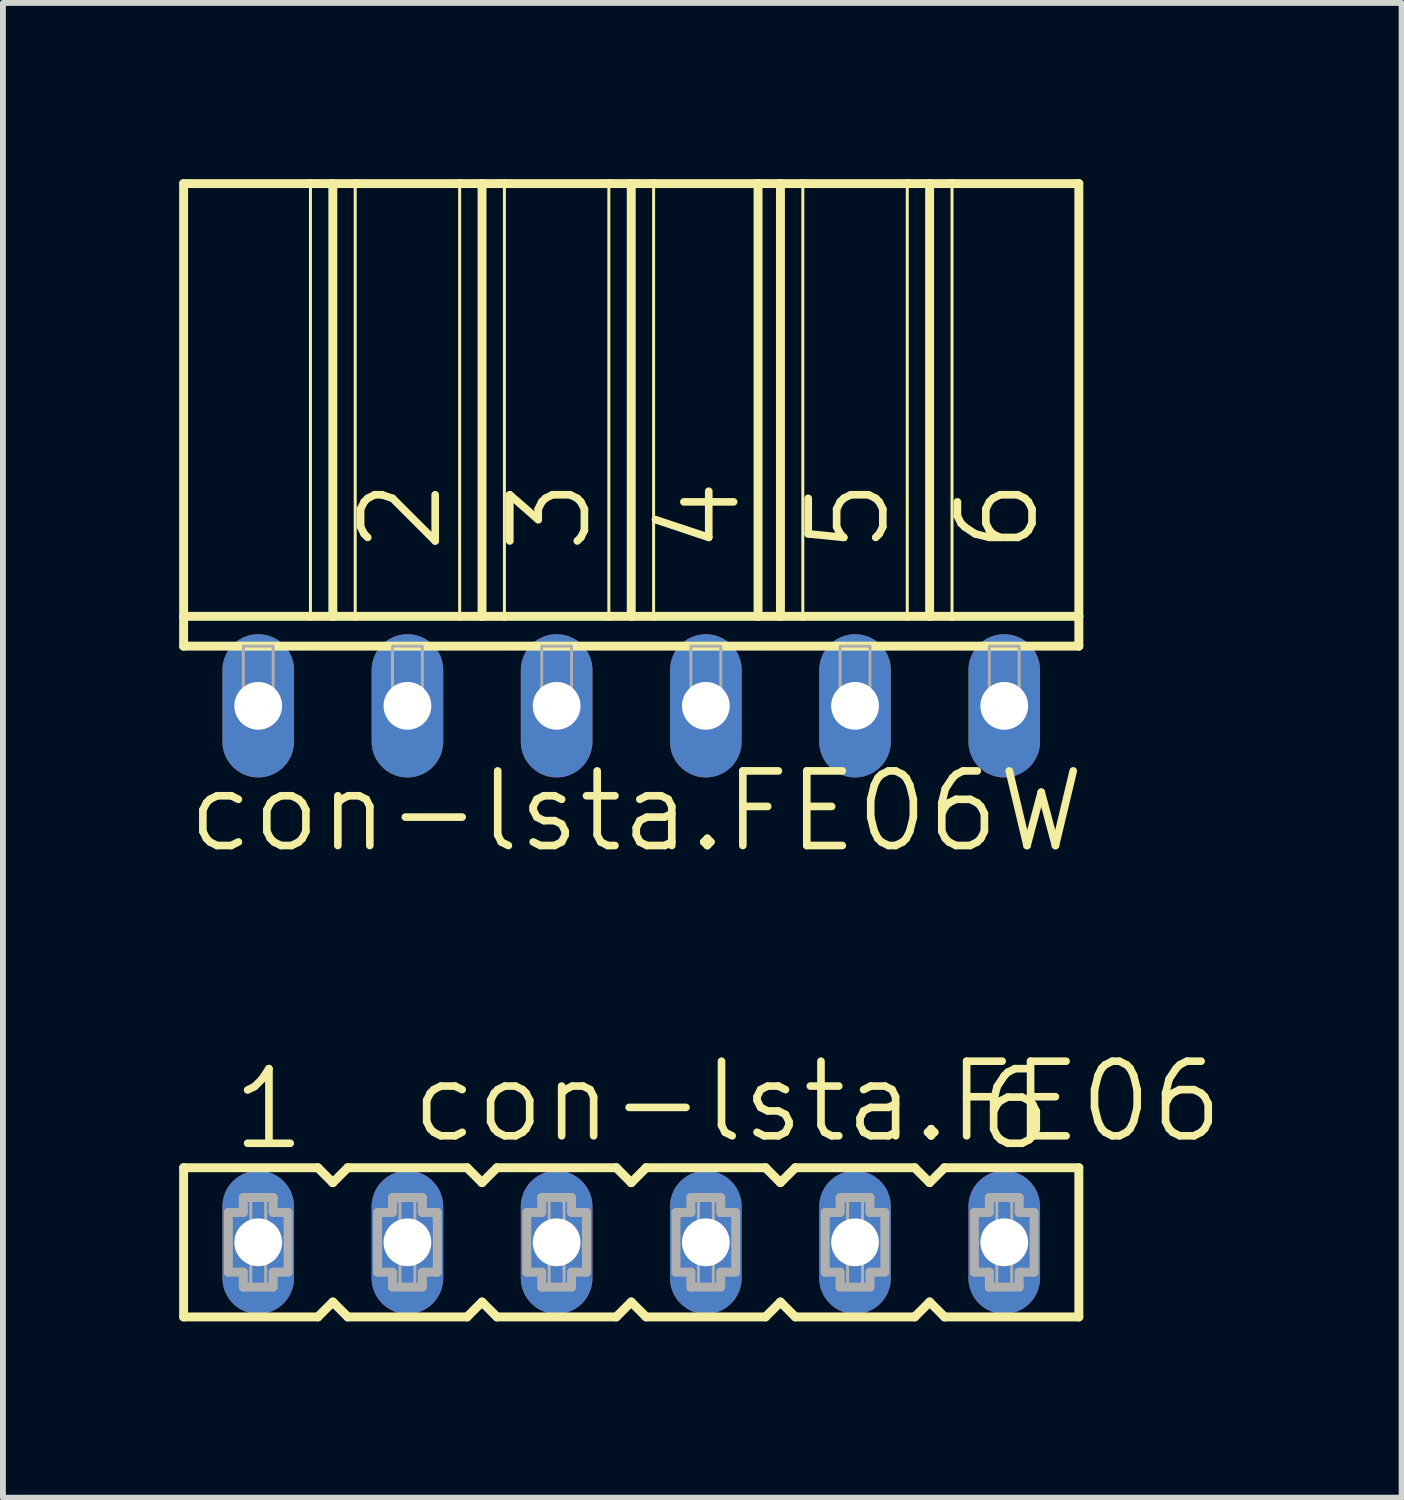
<source format=kicad_pcb>
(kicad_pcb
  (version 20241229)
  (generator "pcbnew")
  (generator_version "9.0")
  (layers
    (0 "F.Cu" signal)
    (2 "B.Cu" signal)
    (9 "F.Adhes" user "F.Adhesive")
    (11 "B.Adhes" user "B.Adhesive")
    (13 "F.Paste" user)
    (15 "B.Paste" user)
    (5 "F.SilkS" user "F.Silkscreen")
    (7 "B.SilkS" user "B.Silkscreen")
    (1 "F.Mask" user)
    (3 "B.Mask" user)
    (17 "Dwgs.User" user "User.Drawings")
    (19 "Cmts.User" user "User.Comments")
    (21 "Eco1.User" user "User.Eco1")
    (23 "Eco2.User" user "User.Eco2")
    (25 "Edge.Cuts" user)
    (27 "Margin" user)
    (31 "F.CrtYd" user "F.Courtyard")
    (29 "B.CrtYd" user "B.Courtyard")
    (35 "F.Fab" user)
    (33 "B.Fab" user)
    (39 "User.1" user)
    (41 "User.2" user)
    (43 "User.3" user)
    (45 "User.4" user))
  (footprint "con-lsta.FE06W"
    (layer "F.Cu")
    (at 7.696 8.966)
    (property "Reference" "con-lsta.FE06W" (at -7.62 2.54 0) (layer "F.SilkS") (effects (font (size 1.27 1.27) (thickness 0.13)) (justify left bottom)))
    (attr through_hole)
    (fp_line (start -7.62 -8.89) (end -5.461 -8.89) (stroke (width 0.152) (type default)) (layer "F.SilkS"))
    (fp_line (start -7.62 -1.524) (end -7.62 -8.89) (stroke (width 0.152) (type default)) (layer "F.SilkS"))
    (fp_line (start -7.62 -1.524) (end -5.461 -1.524) (stroke (width 0.152) (type default)) (layer "F.SilkS"))
    (fp_line (start -7.62 -1.016) (end -7.62 -1.524) (stroke (width 0.152) (type default)) (layer "F.SilkS"))
    (fp_line (start -7.62 -1.016) (end 7.62 -1.016) (stroke (width 0.152) (type default)) (layer "F.SilkS"))
    (fp_line (start -5.461 -8.89) (end -5.461 -1.524) (stroke (width 0.051) (type default)) (layer "F.SilkS"))
    (fp_line (start -5.461 -8.89) (end -5.08 -8.89) (stroke (width 0.152) (type default)) (layer "F.SilkS"))
    (fp_line (start -5.461 -1.524) (end -5.08 -1.524) (stroke (width 0.152) (type default)) (layer "F.SilkS"))
    (fp_line (start -5.08 -8.89) (end -5.08 -1.524) (stroke (width 0.152) (type default)) (layer "F.SilkS"))
    (fp_line (start -5.08 -8.89) (end -4.699 -8.89) (stroke (width 0.152) (type default)) (layer "F.SilkS"))
    (fp_line (start -5.08 -1.524) (end -4.699 -1.524) (stroke (width 0.152) (type default)) (layer "F.SilkS"))
    (fp_line (start -4.699 -8.89) (end -4.699 -1.524) (stroke (width 0.051) (type default)) (layer "F.SilkS"))
    (fp_line (start -4.699 -8.89) (end -2.921 -8.89) (stroke (width 0.152) (type default)) (layer "F.SilkS"))
    (fp_line (start -4.699 -1.524) (end -2.921 -1.524) (stroke (width 0.152) (type default)) (layer "F.SilkS"))
    (fp_line (start -2.921 -8.89) (end -2.921 -1.524) (stroke (width 0.051) (type default)) (layer "F.SilkS"))
    (fp_line (start -2.921 -8.89) (end -2.54 -8.89) (stroke (width 0.152) (type default)) (layer "F.SilkS"))
    (fp_line (start -2.921 -1.524) (end -2.54 -1.524) (stroke (width 0.152) (type default)) (layer "F.SilkS"))
    (fp_line (start -2.54 -8.89) (end -2.54 -1.524) (stroke (width 0.152) (type default)) (layer "F.SilkS"))
    (fp_line (start -2.54 -8.89) (end -2.159 -8.89) (stroke (width 0.152) (type default)) (layer "F.SilkS"))
    (fp_line (start -2.54 -1.524) (end -2.159 -1.524) (stroke (width 0.152) (type default)) (layer "F.SilkS"))
    (fp_line (start -2.159 -8.89) (end -2.159 -1.524) (stroke (width 0.051) (type default)) (layer "F.SilkS"))
    (fp_line (start -2.159 -8.89) (end -0.381 -8.89) (stroke (width 0.152) (type default)) (layer "F.SilkS"))
    (fp_line (start -2.159 -1.524) (end -0.381 -1.524) (stroke (width 0.152) (type default)) (layer "F.SilkS"))
    (fp_line (start -0.381 -8.89) (end -0.381 -1.524) (stroke (width 0.051) (type default)) (layer "F.SilkS"))
    (fp_line (start -0.381 -8.89) (end 0 -8.89) (stroke (width 0.152) (type default)) (layer "F.SilkS"))
    (fp_line (start -0.381 -1.524) (end 0 -1.524) (stroke (width 0.152) (type default)) (layer "F.SilkS"))
    (fp_line (start 0 -8.89) (end 0 -1.524) (stroke (width 0.152) (type default)) (layer "F.SilkS"))
    (fp_line (start 0 -8.89) (end 0.381 -8.89) (stroke (width 0.152) (type default)) (layer "F.SilkS"))
    (fp_line (start 0 -1.524) (end 0.381 -1.524) (stroke (width 0.152) (type default)) (layer "F.SilkS"))
    (fp_line (start 0.381 -8.89) (end 0.381 -1.524) (stroke (width 0.051) (type default)) (layer "F.SilkS"))
    (fp_line (start 0.381 -8.89) (end 2.159 -8.89) (stroke (width 0.152) (type default)) (layer "F.SilkS"))
    (fp_line (start 0.381 -1.524) (end 2.159 -1.524) (stroke (width 0.152) (type default)) (layer "F.SilkS"))
    (fp_line (start 2.159 -8.89) (end 2.159 -1.524) (stroke (width 0.152) (type default)) (layer "F.SilkS"))
    (fp_line (start 2.159 -8.89) (end 2.54 -8.89) (stroke (width 0.152) (type default)) (layer "F.SilkS"))
    (fp_line (start 2.159 -1.524) (end 2.54 -1.524) (stroke (width 0.152) (type default)) (layer "F.SilkS"))
    (fp_line (start 2.54 -8.89) (end 2.54 -1.524) (stroke (width 0.152) (type default)) (layer "F.SilkS"))
    (fp_line (start 2.54 -8.89) (end 2.921 -8.89) (stroke (width 0.152) (type default)) (layer "F.SilkS"))
    (fp_line (start 2.54 -1.524) (end 2.921 -1.524) (stroke (width 0.152) (type default)) (layer "F.SilkS"))
    (fp_line (start 2.921 -8.89) (end 2.921 -1.524) (stroke (width 0.051) (type default)) (layer "F.SilkS"))
    (fp_line (start 2.921 -8.89) (end 4.699 -8.89) (stroke (width 0.152) (type default)) (layer "F.SilkS"))
    (fp_line (start 2.921 -1.524) (end 4.699 -1.524) (stroke (width 0.152) (type default)) (layer "F.SilkS"))
    (fp_line (start 4.699 -8.89) (end 4.699 -1.524) (stroke (width 0.051) (type default)) (layer "F.SilkS"))
    (fp_line (start 4.699 -8.89) (end 5.08 -8.89) (stroke (width 0.152) (type default)) (layer "F.SilkS"))
    (fp_line (start 4.699 -1.524) (end 5.08 -1.524) (stroke (width 0.152) (type default)) (layer "F.SilkS"))
    (fp_line (start 5.08 -8.89) (end 5.08 -1.524) (stroke (width 0.152) (type default)) (layer "F.SilkS"))
    (fp_line (start 5.08 -8.89) (end 5.461 -8.89) (stroke (width 0.152) (type default)) (layer "F.SilkS"))
    (fp_line (start 5.08 -1.524) (end 5.461 -1.524) (stroke (width 0.152) (type default)) (layer "F.SilkS"))
    (fp_line (start 5.461 -8.89) (end 5.461 -1.524) (stroke (width 0.051) (type default)) (layer "F.SilkS"))
    (fp_line (start 5.461 -8.89) (end 7.62 -8.89) (stroke (width 0.152) (type default)) (layer "F.SilkS"))
    (fp_line (start 5.461 -1.524) (end 7.62 -1.524) (stroke (width 0.152) (type default)) (layer "F.SilkS"))
    (fp_line (start 7.62 -8.89) (end 7.62 -1.524) (stroke (width 0.152) (type default)) (layer "F.SilkS"))
    (fp_line (start 7.62 -1.524) (end 7.62 -1.016) (stroke (width 0.152) (type default)) (layer "F.SilkS"))
    (fp_rect (start -6.604 0) (end -6.096 -1.016) (stroke (width 0.05) (type default)) (fill no) (layer "F.Fab"))
    (fp_rect (start -4.064 0) (end -3.556 -1.016) (stroke (width 0.05) (type default)) (fill no) (layer "F.Fab"))
    (fp_rect (start -1.524 0) (end -1.016 -1.016) (stroke (width 0.05) (type default)) (fill no) (layer "F.Fab"))
    (fp_rect (start 1.016 0) (end 1.524 -1.016) (stroke (width 0.05) (type default)) (fill no) (layer "F.Fab"))
    (fp_rect (start 3.556 0) (end 4.064 -1.016) (stroke (width 0.05) (type default)) (fill no) (layer "F.Fab"))
    (fp_rect (start 6.096 0) (end 6.604 -1.016) (stroke (width 0.05) (type default)) (fill no) (layer "F.Fab"))
    (fp_text user "5" (at 4.445 -2.54 90) (layer "F.SilkS") (effects (font (size 1.27 1.27) (thickness 0.13)) (justify left bottom)))
    (fp_text user "2" (at -3.175 -2.54 90) (layer "F.SilkS") (effects (font (size 1.27 1.27) (thickness 0.13)) (justify left bottom)))
    (fp_text user "3" (at -0.635 -2.54 90) (layer "F.SilkS") (effects (font (size 1.27 1.27) (thickness 0.13)) (justify left bottom)))
    (fp_text user "6" (at 6.985 -2.54 90) (layer "F.SilkS") (effects (font (size 1.27 1.27) (thickness 0.13)) (justify left bottom)))
    (fp_text user "4" (at 1.905 -2.54 90) (layer "F.SilkS") (effects (font (size 1.27 1.27) (thickness 0.13)) (justify left bottom)))
    (pad "1" thru_hole oval (at -6.35 0 90) (size 2.438 1.219) (drill 0.813) (layers "*.Cu" "*.Mask"))
    (pad "2" thru_hole oval (at -3.81 0 90) (size 2.438 1.219) (drill 0.813) (layers "*.Cu" "*.Mask"))
    (pad "3" thru_hole oval (at -1.27 0 90) (size 2.438 1.219) (drill 0.813) (layers "*.Cu" "*.Mask"))
    (pad "4" thru_hole oval (at 1.27 0 90) (size 2.438 1.219) (drill 0.813) (layers "*.Cu" "*.Mask"))
    (pad "5" thru_hole oval (at 3.81 0 90) (size 2.438 1.219) (drill 0.813) (layers "*.Cu" "*.Mask"))
    (pad "6" thru_hole oval (at 6.35 0 90) (size 2.438 1.219) (drill 0.813) (layers "*.Cu" "*.Mask")))
  (footprint "con-lsta.FE06"
    (layer "F.Cu")
    (at 7.696 18.099)
    (property "Reference" "con-lsta.FE06" (at -3.81 -1.651 0) (layer "F.SilkS") (effects (font (size 1.27 1.27) (thickness 0.13)) (justify left bottom)))
    (attr through_hole)
    (fp_line (start -7.62 -1.27) (end -7.62 1.27) (stroke (width 0.152) (type default)) (layer "F.SilkS"))
    (fp_line (start -7.62 1.27) (end -5.334 1.27) (stroke (width 0.152) (type default)) (layer "F.SilkS"))
    (fp_line (start -5.334 -1.27) (end -7.62 -1.27) (stroke (width 0.152) (type default)) (layer "F.SilkS"))
    (fp_line (start -5.334 1.27) (end -5.08 1.016) (stroke (width 0.152) (type default)) (layer "F.SilkS"))
    (fp_line (start -5.08 -1.016) (end -5.334 -1.27) (stroke (width 0.152) (type default)) (layer "F.SilkS"))
    (fp_line (start -5.08 1.016) (end -4.826 1.27) (stroke (width 0.152) (type default)) (layer "F.SilkS"))
    (fp_line (start -4.826 -1.27) (end -5.08 -1.016) (stroke (width 0.152) (type default)) (layer "F.SilkS"))
    (fp_line (start -4.826 1.27) (end -2.794 1.27) (stroke (width 0.152) (type default)) (layer "F.SilkS"))
    (fp_line (start -2.794 -1.27) (end -4.826 -1.27) (stroke (width 0.152) (type default)) (layer "F.SilkS"))
    (fp_line (start -2.794 1.27) (end -2.54 1.016) (stroke (width 0.152) (type default)) (layer "F.SilkS"))
    (fp_line (start -2.54 -1.016) (end -2.794 -1.27) (stroke (width 0.152) (type default)) (layer "F.SilkS"))
    (fp_line (start -2.54 1.016) (end -2.286 1.27) (stroke (width 0.152) (type default)) (layer "F.SilkS"))
    (fp_line (start -2.286 -1.27) (end -2.54 -1.016) (stroke (width 0.152) (type default)) (layer "F.SilkS"))
    (fp_line (start -2.286 1.27) (end -0.254 1.27) (stroke (width 0.152) (type default)) (layer "F.SilkS"))
    (fp_line (start -0.254 -1.27) (end -2.286 -1.27) (stroke (width 0.152) (type default)) (layer "F.SilkS"))
    (fp_line (start -0.254 1.27) (end 0 1.016) (stroke (width 0.152) (type default)) (layer "F.SilkS"))
    (fp_line (start 0 -1.016) (end -0.254 -1.27) (stroke (width 0.152) (type default)) (layer "F.SilkS"))
    (fp_line (start 0 1.016) (end 0.254 1.27) (stroke (width 0.152) (type default)) (layer "F.SilkS"))
    (fp_line (start 0.254 -1.27) (end 0 -1.016) (stroke (width 0.152) (type default)) (layer "F.SilkS"))
    (fp_line (start 0.254 1.27) (end 2.286 1.27) (stroke (width 0.152) (type default)) (layer "F.SilkS"))
    (fp_line (start 2.286 -1.27) (end 0.254 -1.27) (stroke (width 0.152) (type default)) (layer "F.SilkS"))
    (fp_line (start 2.286 1.27) (end 2.54 1.016) (stroke (width 0.152) (type default)) (layer "F.SilkS"))
    (fp_line (start 2.54 -1.016) (end 2.286 -1.27) (stroke (width 0.152) (type default)) (layer "F.SilkS"))
    (fp_line (start 2.54 1.016) (end 2.794 1.27) (stroke (width 0.152) (type default)) (layer "F.SilkS"))
    (fp_line (start 2.794 -1.27) (end 2.54 -1.016) (stroke (width 0.152) (type default)) (layer "F.SilkS"))
    (fp_line (start 2.794 1.27) (end 4.826 1.27) (stroke (width 0.152) (type default)) (layer "F.SilkS"))
    (fp_line (start 4.826 -1.27) (end 2.794 -1.27) (stroke (width 0.152) (type default)) (layer "F.SilkS"))
    (fp_line (start 4.826 1.27) (end 5.08 1.016) (stroke (width 0.152) (type default)) (layer "F.SilkS"))
    (fp_line (start 5.08 -1.016) (end 4.826 -1.27) (stroke (width 0.152) (type default)) (layer "F.SilkS"))
    (fp_line (start 5.08 1.016) (end 5.334 1.27) (stroke (width 0.152) (type default)) (layer "F.SilkS"))
    (fp_line (start 5.334 -1.27) (end 5.08 -1.016) (stroke (width 0.152) (type default)) (layer "F.SilkS"))
    (fp_line (start 5.334 1.27) (end 7.62 1.27) (stroke (width 0.152) (type default)) (layer "F.SilkS"))
    (fp_line (start 7.62 -1.27) (end 5.334 -1.27) (stroke (width 0.152) (type default)) (layer "F.SilkS"))
    (fp_line (start 7.62 1.27) (end 7.62 -1.27) (stroke (width 0.152) (type default)) (layer "F.SilkS"))
    (fp_line (start -6.858 -0.508) (end -6.858 0.508) (stroke (width 0.152) (type default)) (layer "F.Fab"))
    (fp_line (start -6.858 0.508) (end -6.604 0.508) (stroke (width 0.152) (type default)) (layer "F.Fab"))
    (fp_line (start -6.604 -0.762) (end -6.604 -0.508) (stroke (width 0.152) (type default)) (layer "F.Fab"))
    (fp_line (start -6.604 -0.508) (end -6.858 -0.508) (stroke (width 0.152) (type default)) (layer "F.Fab"))
    (fp_line (start -6.604 0.508) (end -6.604 0.762) (stroke (width 0.152) (type default)) (layer "F.Fab"))
    (fp_line (start -6.604 0.762) (end -6.096 0.762) (stroke (width 0.152) (type default)) (layer "F.Fab"))
    (fp_line (start -6.096 -0.762) (end -6.604 -0.762) (stroke (width 0.152) (type default)) (layer "F.Fab"))
    (fp_line (start -6.096 -0.508) (end -6.096 -0.762) (stroke (width 0.152) (type default)) (layer "F.Fab"))
    (fp_line (start -6.096 0.508) (end -5.842 0.508) (stroke (width 0.152) (type default)) (layer "F.Fab"))
    (fp_line (start -6.096 0.762) (end -6.096 0.508) (stroke (width 0.152) (type default)) (layer "F.Fab"))
    (fp_line (start -5.842 -0.508) (end -6.096 -0.508) (stroke (width 0.152) (type default)) (layer "F.Fab"))
    (fp_line (start -5.842 0.508) (end -5.842 -0.508) (stroke (width 0.152) (type default)) (layer "F.Fab"))
    (fp_line (start -4.318 -0.508) (end -4.318 0.508) (stroke (width 0.152) (type default)) (layer "F.Fab"))
    (fp_line (start -4.318 0.508) (end -4.064 0.508) (stroke (width 0.152) (type default)) (layer "F.Fab"))
    (fp_line (start -4.064 -0.762) (end -4.064 -0.508) (stroke (width 0.152) (type default)) (layer "F.Fab"))
    (fp_line (start -4.064 -0.508) (end -4.318 -0.508) (stroke (width 0.152) (type default)) (layer "F.Fab"))
    (fp_line (start -4.064 0.508) (end -4.064 0.762) (stroke (width 0.152) (type default)) (layer "F.Fab"))
    (fp_line (start -4.064 0.762) (end -3.556 0.762) (stroke (width 0.152) (type default)) (layer "F.Fab"))
    (fp_line (start -3.556 -0.762) (end -4.064 -0.762) (stroke (width 0.152) (type default)) (layer "F.Fab"))
    (fp_line (start -3.556 -0.508) (end -3.556 -0.762) (stroke (width 0.152) (type default)) (layer "F.Fab"))
    (fp_line (start -3.556 0.508) (end -3.302 0.508) (stroke (width 0.152) (type default)) (layer "F.Fab"))
    (fp_line (start -3.556 0.762) (end -3.556 0.508) (stroke (width 0.152) (type default)) (layer "F.Fab"))
    (fp_line (start -3.302 -0.508) (end -3.556 -0.508) (stroke (width 0.152) (type default)) (layer "F.Fab"))
    (fp_line (start -3.302 0.508) (end -3.302 -0.508) (stroke (width 0.152) (type default)) (layer "F.Fab"))
    (fp_line (start -1.778 -0.508) (end -1.778 0.508) (stroke (width 0.152) (type default)) (layer "F.Fab"))
    (fp_line (start -1.778 0.508) (end -1.524 0.508) (stroke (width 0.152) (type default)) (layer "F.Fab"))
    (fp_line (start -1.524 -0.762) (end -1.524 -0.508) (stroke (width 0.152) (type default)) (layer "F.Fab"))
    (fp_line (start -1.524 -0.508) (end -1.778 -0.508) (stroke (width 0.152) (type default)) (layer "F.Fab"))
    (fp_line (start -1.524 0.508) (end -1.524 0.762) (stroke (width 0.152) (type default)) (layer "F.Fab"))
    (fp_line (start -1.524 0.762) (end -1.016 0.762) (stroke (width 0.152) (type default)) (layer "F.Fab"))
    (fp_line (start -1.016 -0.762) (end -1.524 -0.762) (stroke (width 0.152) (type default)) (layer "F.Fab"))
    (fp_line (start -1.016 -0.508) (end -1.016 -0.762) (stroke (width 0.152) (type default)) (layer "F.Fab"))
    (fp_line (start -1.016 0.508) (end -0.762 0.508) (stroke (width 0.152) (type default)) (layer "F.Fab"))
    (fp_line (start -1.016 0.762) (end -1.016 0.508) (stroke (width 0.152) (type default)) (layer "F.Fab"))
    (fp_line (start -0.762 -0.508) (end -1.016 -0.508) (stroke (width 0.152) (type default)) (layer "F.Fab"))
    (fp_line (start -0.762 0.508) (end -0.762 -0.508) (stroke (width 0.152) (type default)) (layer "F.Fab"))
    (fp_line (start 0.762 -0.508) (end 0.762 0.508) (stroke (width 0.152) (type default)) (layer "F.Fab"))
    (fp_line (start 0.762 0.508) (end 1.016 0.508) (stroke (width 0.152) (type default)) (layer "F.Fab"))
    (fp_line (start 1.016 -0.762) (end 1.016 -0.508) (stroke (width 0.152) (type default)) (layer "F.Fab"))
    (fp_line (start 1.016 -0.508) (end 0.762 -0.508) (stroke (width 0.152) (type default)) (layer "F.Fab"))
    (fp_line (start 1.016 0.508) (end 1.016 0.762) (stroke (width 0.152) (type default)) (layer "F.Fab"))
    (fp_line (start 1.016 0.762) (end 1.524 0.762) (stroke (width 0.152) (type default)) (layer "F.Fab"))
    (fp_line (start 1.524 -0.762) (end 1.016 -0.762) (stroke (width 0.152) (type default)) (layer "F.Fab"))
    (fp_line (start 1.524 -0.508) (end 1.524 -0.762) (stroke (width 0.152) (type default)) (layer "F.Fab"))
    (fp_line (start 1.524 0.508) (end 1.778 0.508) (stroke (width 0.152) (type default)) (layer "F.Fab"))
    (fp_line (start 1.524 0.762) (end 1.524 0.508) (stroke (width 0.152) (type default)) (layer "F.Fab"))
    (fp_line (start 1.778 -0.508) (end 1.524 -0.508) (stroke (width 0.152) (type default)) (layer "F.Fab"))
    (fp_line (start 1.778 0.508) (end 1.778 -0.508) (stroke (width 0.152) (type default)) (layer "F.Fab"))
    (fp_line (start 3.302 -0.508) (end 3.302 0.508) (stroke (width 0.152) (type default)) (layer "F.Fab"))
    (fp_line (start 3.302 0.508) (end 3.556 0.508) (stroke (width 0.152) (type default)) (layer "F.Fab"))
    (fp_line (start 3.556 -0.762) (end 3.556 -0.508) (stroke (width 0.152) (type default)) (layer "F.Fab"))
    (fp_line (start 3.556 -0.508) (end 3.302 -0.508) (stroke (width 0.152) (type default)) (layer "F.Fab"))
    (fp_line (start 3.556 0.508) (end 3.556 0.762) (stroke (width 0.152) (type default)) (layer "F.Fab"))
    (fp_line (start 3.556 0.762) (end 4.064 0.762) (stroke (width 0.152) (type default)) (layer "F.Fab"))
    (fp_line (start 4.064 -0.762) (end 3.556 -0.762) (stroke (width 0.152) (type default)) (layer "F.Fab"))
    (fp_line (start 4.064 -0.508) (end 4.064 -0.762) (stroke (width 0.152) (type default)) (layer "F.Fab"))
    (fp_line (start 4.064 0.508) (end 4.318 0.508) (stroke (width 0.152) (type default)) (layer "F.Fab"))
    (fp_line (start 4.064 0.762) (end 4.064 0.508) (stroke (width 0.152) (type default)) (layer "F.Fab"))
    (fp_line (start 4.318 -0.508) (end 4.064 -0.508) (stroke (width 0.152) (type default)) (layer "F.Fab"))
    (fp_line (start 4.318 0.508) (end 4.318 -0.508) (stroke (width 0.152) (type default)) (layer "F.Fab"))
    (fp_line (start 5.842 -0.508) (end 5.842 0.508) (stroke (width 0.152) (type default)) (layer "F.Fab"))
    (fp_line (start 5.842 0.508) (end 6.096 0.508) (stroke (width 0.152) (type default)) (layer "F.Fab"))
    (fp_line (start 6.096 -0.762) (end 6.096 -0.508) (stroke (width 0.152) (type default)) (layer "F.Fab"))
    (fp_line (start 6.096 -0.508) (end 5.842 -0.508) (stroke (width 0.152) (type default)) (layer "F.Fab"))
    (fp_line (start 6.096 0.508) (end 6.096 0.762) (stroke (width 0.152) (type default)) (layer "F.Fab"))
    (fp_line (start 6.096 0.762) (end 6.604 0.762) (stroke (width 0.152) (type default)) (layer "F.Fab"))
    (fp_line (start 6.604 -0.762) (end 6.096 -0.762) (stroke (width 0.152) (type default)) (layer "F.Fab"))
    (fp_line (start 6.604 -0.508) (end 6.604 -0.762) (stroke (width 0.152) (type default)) (layer "F.Fab"))
    (fp_line (start 6.604 0.508) (end 6.858 0.508) (stroke (width 0.152) (type default)) (layer "F.Fab"))
    (fp_line (start 6.604 0.762) (end 6.604 0.508) (stroke (width 0.152) (type default)) (layer "F.Fab"))
    (fp_line (start 6.858 -0.508) (end 6.604 -0.508) (stroke (width 0.152) (type default)) (layer "F.Fab"))
    (fp_line (start 6.858 0.508) (end 6.858 -0.508) (stroke (width 0.152) (type default)) (layer "F.Fab"))
    (fp_rect (start -6.477 -0.254) (end -6.223 -0.762) (stroke (width 0.05) (type default)) (fill no) (layer "F.Fab"))
    (fp_rect (start -6.477 0.762) (end -6.223 0.254) (stroke (width 0.05) (type default)) (fill no) (layer "F.Fab"))
    (fp_rect (start -3.937 -0.254) (end -3.683 -0.762) (stroke (width 0.05) (type default)) (fill no) (layer "F.Fab"))
    (fp_rect (start -3.937 0.762) (end -3.683 0.254) (stroke (width 0.05) (type default)) (fill no) (layer "F.Fab"))
    (fp_rect (start -1.397 -0.254) (end -1.143 -0.762) (stroke (width 0.05) (type default)) (fill no) (layer "F.Fab"))
    (fp_rect (start -1.397 0.762) (end -1.143 0.254) (stroke (width 0.05) (type default)) (fill no) (layer "F.Fab"))
    (fp_rect (start 1.143 -0.254) (end 1.397 -0.762) (stroke (width 0.05) (type default)) (fill no) (layer "F.Fab"))
    (fp_rect (start 1.143 0.762) (end 1.397 0.254) (stroke (width 0.05) (type default)) (fill no) (layer "F.Fab"))
    (fp_rect (start 3.683 -0.254) (end 3.937 -0.762) (stroke (width 0.05) (type default)) (fill no) (layer "F.Fab"))
    (fp_rect (start 3.683 0.762) (end 3.937 0.254) (stroke (width 0.05) (type default)) (fill no) (layer "F.Fab"))
    (fp_rect (start 6.223 -0.254) (end 6.477 -0.762) (stroke (width 0.05) (type default)) (fill no) (layer "F.Fab"))
    (fp_rect (start 6.223 0.762) (end 6.477 0.254) (stroke (width 0.05) (type default)) (fill no) (layer "F.Fab"))
    (fp_text user "1" (at -6.858 -1.524 0) (layer "F.SilkS") (effects (font (size 1.27 1.27) (thickness 0.13)) (justify left bottom)))
    (fp_text user "6" (at 5.842 -1.524 0) (layer "F.SilkS") (effects (font (size 1.27 1.27) (thickness 0.13)) (justify left bottom)))
    (pad "1" thru_hole oval (at -6.35 0 90) (size 2.438 1.219) (drill 0.813) (layers "*.Cu" "*.Mask"))
    (pad "2" thru_hole oval (at -3.81 0 90) (size 2.438 1.219) (drill 0.813) (layers "*.Cu" "*.Mask"))
    (pad "3" thru_hole oval (at -1.27 0 90) (size 2.438 1.219) (drill 0.813) (layers "*.Cu" "*.Mask"))
    (pad "4" thru_hole oval (at 1.27 0 90) (size 2.438 1.219) (drill 0.813) (layers "*.Cu" "*.Mask"))
    (pad "5" thru_hole oval (at 3.81 0 90) (size 2.438 1.219) (drill 0.813) (layers "*.Cu" "*.Mask"))
    (pad "6" thru_hole oval (at 6.35 0 90) (size 2.438 1.219) (drill 0.813) (layers "*.Cu" "*.Mask")))
  (gr_rect
    (start -3 -3)
    (end 20.811 22.446)
    (stroke (width 0.1) (type default))
    (fill no)
    (layer "Edge.Cuts")))
</source>
